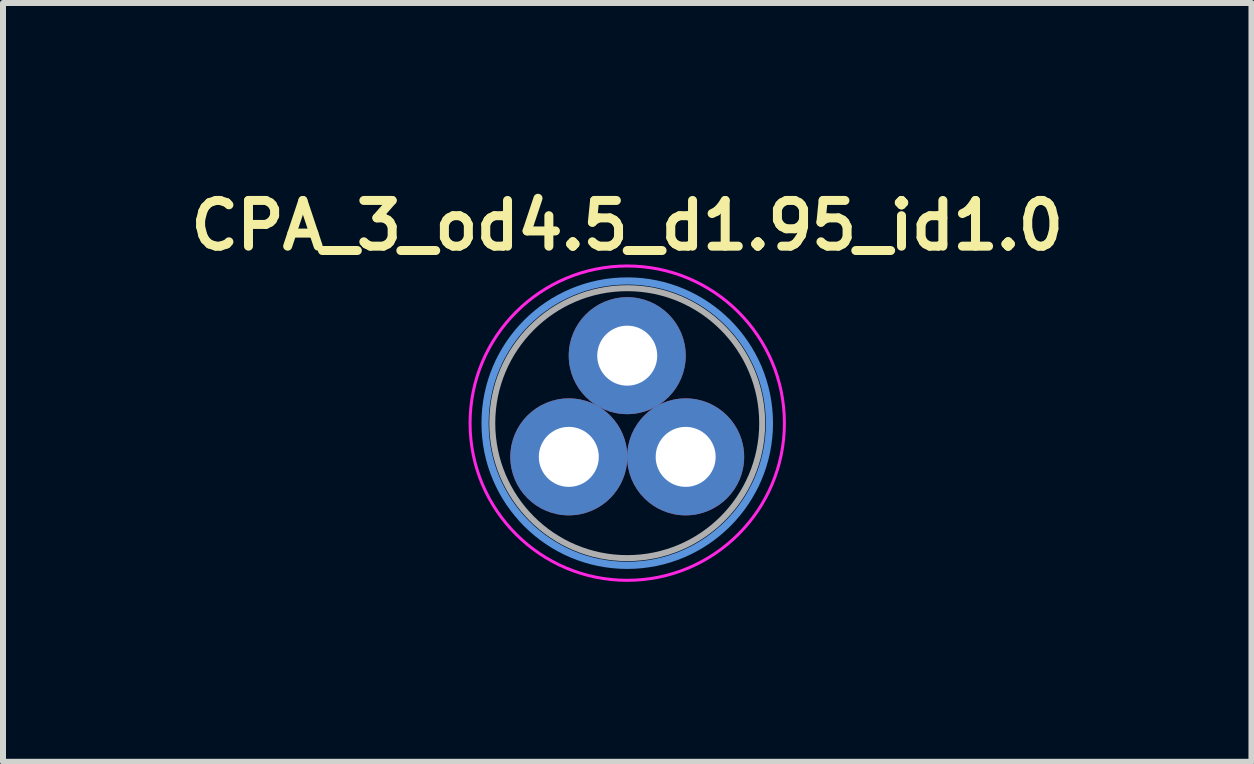
<source format=kicad_pcb>
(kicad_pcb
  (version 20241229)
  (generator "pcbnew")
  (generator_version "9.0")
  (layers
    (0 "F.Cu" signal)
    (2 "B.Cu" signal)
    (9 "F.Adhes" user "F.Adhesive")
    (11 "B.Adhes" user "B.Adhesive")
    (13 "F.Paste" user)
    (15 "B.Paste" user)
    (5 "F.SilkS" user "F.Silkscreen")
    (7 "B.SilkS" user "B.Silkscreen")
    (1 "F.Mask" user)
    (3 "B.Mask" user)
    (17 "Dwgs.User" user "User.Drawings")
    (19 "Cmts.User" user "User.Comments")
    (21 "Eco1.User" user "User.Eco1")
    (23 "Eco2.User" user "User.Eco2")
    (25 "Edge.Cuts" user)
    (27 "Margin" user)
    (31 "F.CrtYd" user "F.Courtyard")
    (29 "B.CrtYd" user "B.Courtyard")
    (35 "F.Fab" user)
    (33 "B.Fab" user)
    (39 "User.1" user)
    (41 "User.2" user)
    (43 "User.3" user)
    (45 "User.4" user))
  (footprint "CPA_3_od4.5_d1.95_id1.0"
    (layer "F.Cu")
    (at 7.406 4.004)
    (property "Reference" "CPA_3_od4.5_d1.95_id1.0" (at 0 -3.295 0) (layer "F.SilkS") (effects (font (size 0.762 0.762) (thickness 0.15))))
    (fp_circle (center 0 0) (end 2.37 0) (stroke (width 0.12) (type solid)) (fill no) (layer "Cmts.User"))
    (fp_circle (center 0 0) (end 0 2.62) (stroke (width 0.05) (type solid)) (fill no) (layer "F.CrtYd"))
    (fp_circle (center 0 0) (end 0 2.25) (stroke (width 0.1) (type solid)) (fill no) (layer "F.Fab"))
    (pad "1" thru_hole oval (at 0 -1.125) (size 1.95 1.95) (drill 1) (layers "*.Cu" "*.Mask"))
    (pad "2" thru_hole oval (at 0.974 0.562) (size 1.95 1.95) (drill 1) (layers "*.Cu" "*.Mask"))
    (pad "3" thru_hole oval (at -0.974 0.562) (size 1.95 1.95) (drill 1) (layers "*.Cu" "*.Mask")))
  (gr_rect
    (start -3 -3)
    (end 17.812 9.649)
    (stroke (width 0.1) (type default))
    (fill no)
    (layer "Edge.Cuts")))
</source>
